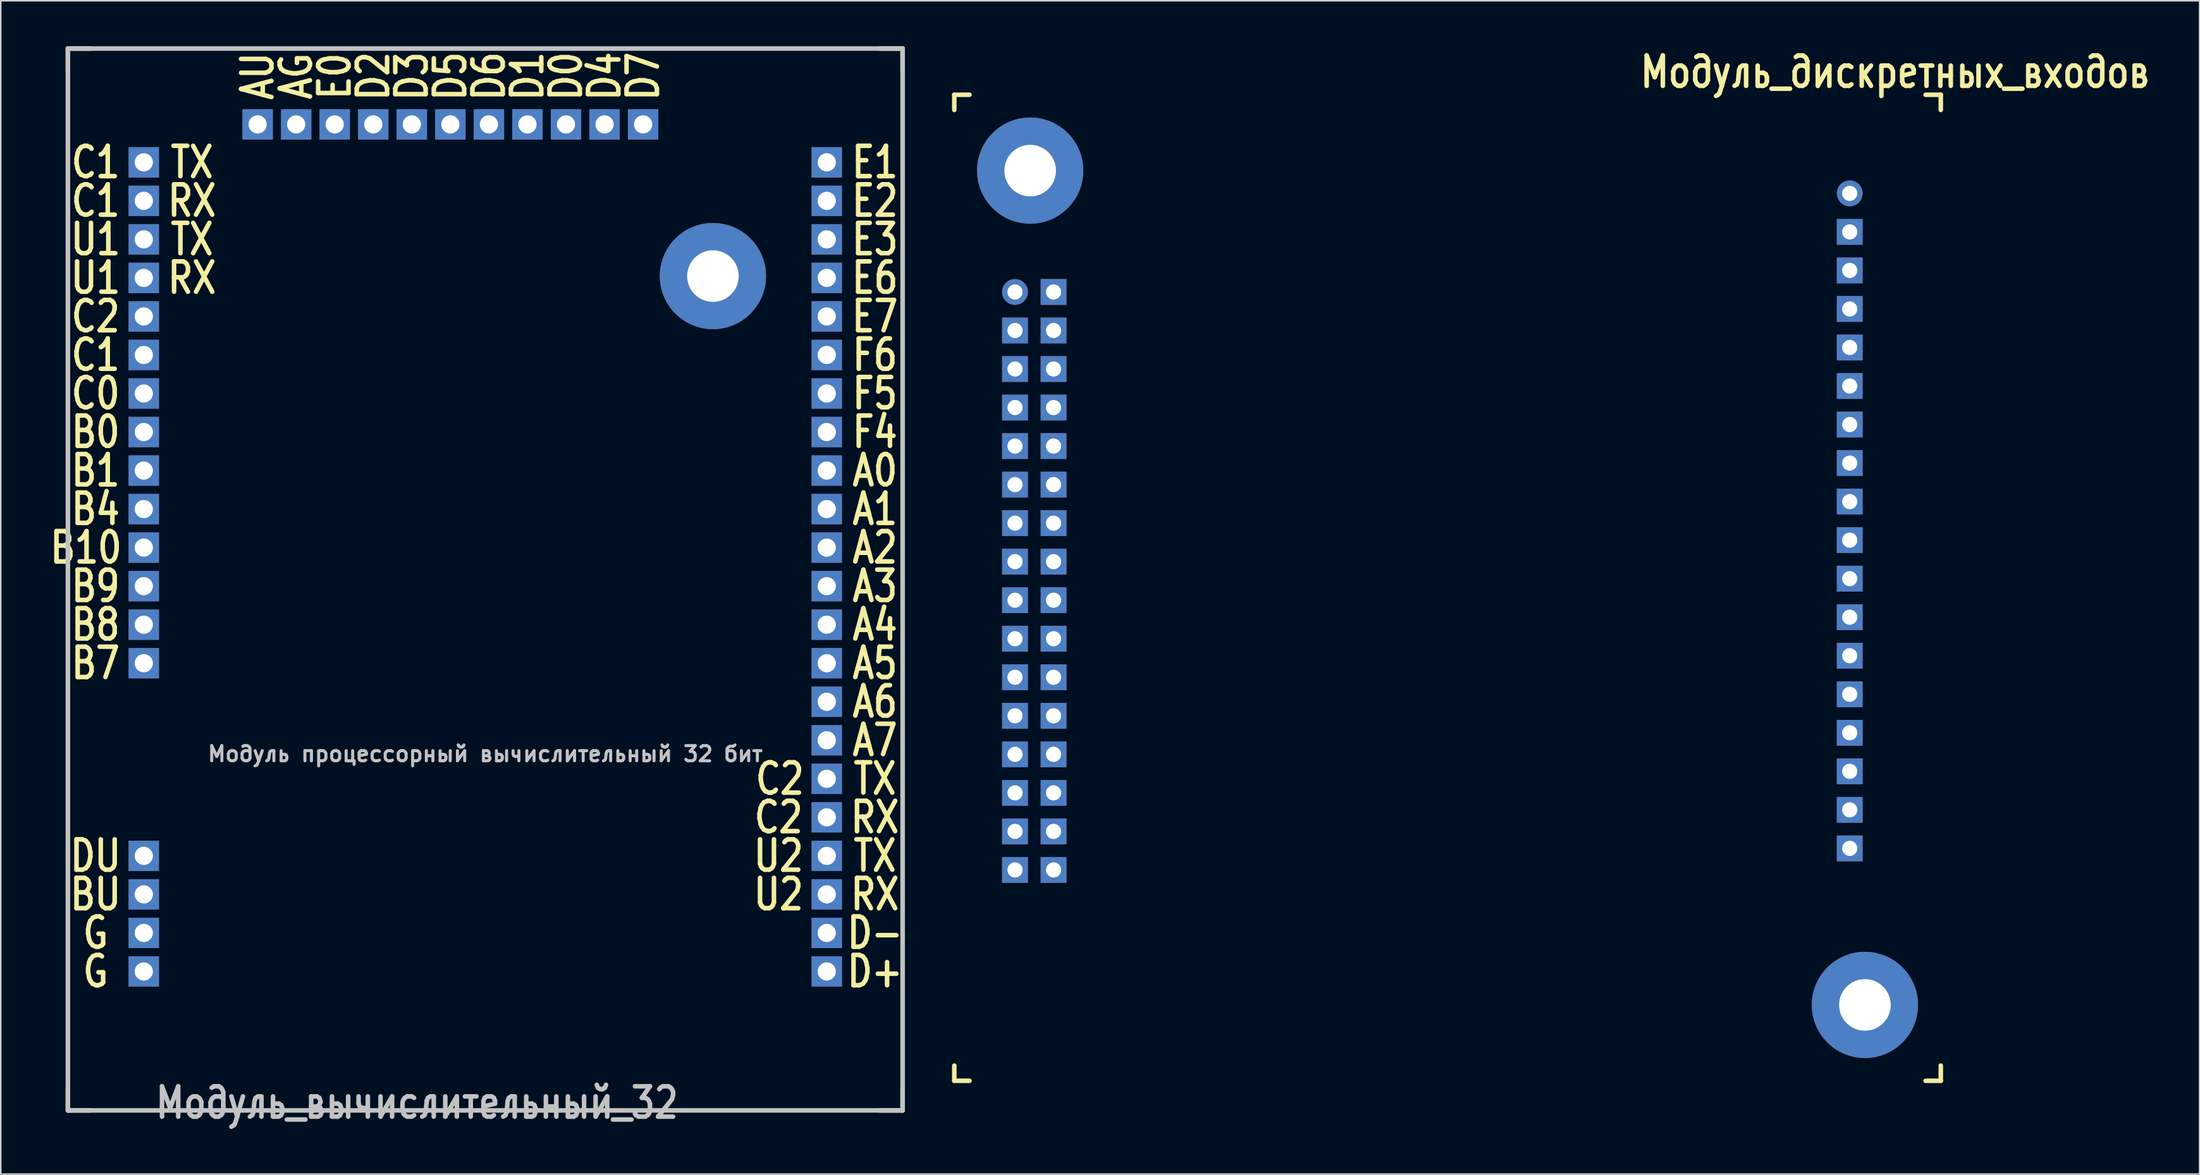
<source format=kicad_pcb>
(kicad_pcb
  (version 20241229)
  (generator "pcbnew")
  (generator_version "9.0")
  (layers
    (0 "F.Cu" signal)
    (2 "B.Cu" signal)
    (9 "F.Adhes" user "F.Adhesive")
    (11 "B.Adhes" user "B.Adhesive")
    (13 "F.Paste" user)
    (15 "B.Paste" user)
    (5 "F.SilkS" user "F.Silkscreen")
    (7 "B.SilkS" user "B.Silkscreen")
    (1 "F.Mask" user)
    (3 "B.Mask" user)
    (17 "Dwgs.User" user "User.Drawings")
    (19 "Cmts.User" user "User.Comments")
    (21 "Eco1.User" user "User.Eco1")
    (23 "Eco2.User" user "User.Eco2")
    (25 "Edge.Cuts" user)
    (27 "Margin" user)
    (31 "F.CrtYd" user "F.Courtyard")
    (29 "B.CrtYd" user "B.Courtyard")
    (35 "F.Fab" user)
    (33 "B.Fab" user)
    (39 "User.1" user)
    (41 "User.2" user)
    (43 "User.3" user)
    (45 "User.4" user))
  (footprint "Модуль_дискретных_входов"
    (layer "F.Cu")
    (at 63.829 16.197)
    (property "Reference" "Модуль_дискретных_входов" (at 58 -14.5 0) (layer "F.SilkS") (effects (font (size 2 1.6) (thickness 0.3))))
    (attr through_hole)
    (fp_line (start -4 -13) (end -4 -12) (stroke (width 0.3) (type solid)) (layer "F.SilkS"))
    (fp_line (start -4 -13) (end -3 -13) (stroke (width 0.3) (type solid)) (layer "F.SilkS"))
    (fp_line (start -4 52) (end -4 51) (stroke (width 0.3) (type solid)) (layer "F.SilkS"))
    (fp_line (start -4 52) (end -3 52) (stroke (width 0.3) (type solid)) (layer "F.SilkS"))
    (fp_line (start 61 -13) (end 60 -13) (stroke (width 0.3) (type solid)) (layer "F.SilkS"))
    (fp_line (start 61 -13) (end 61 -12) (stroke (width 0.3) (type solid)) (layer "F.SilkS"))
    (fp_line (start 61 52) (end 60 52) (stroke (width 0.3) (type solid)) (layer "F.SilkS"))
    (fp_line (start 61 52) (end 61 51) (stroke (width 0.3) (type solid)) (layer "F.SilkS"))
    (pad "" thru_hole circle (at 1 -8) (size 7 7) (drill 3.4) (layers "*.Cu" "*.Mask"))
    (pad "" thru_hole circle (at 56 47) (size 7 7) (drill 3.4) (layers "*.Cu" "*.Mask"))
    (pad "1" thru_hole circle (at 0 0) (size 1.7 1.7) (drill 1) (layers "*.Cu" "*.Mask"))
    (pad "2" thru_hole rect (at 2.54 0) (size 1.7 1.7) (drill 1) (layers "*.Cu" "*.Mask"))
    (pad "3" thru_hole rect (at 0 2.54) (size 1.7 1.7) (drill 1) (layers "*.Cu" "*.Mask"))
    (pad "4" thru_hole rect (at 2.54 2.54) (size 1.7 1.7) (drill 1) (layers "*.Cu" "*.Mask"))
    (pad "5" thru_hole rect (at 0 5.08) (size 1.7 1.7) (drill 1) (layers "*.Cu" "*.Mask"))
    (pad "6" thru_hole rect (at 2.54 5.08) (size 1.7 1.7) (drill 1) (layers "*.Cu" "*.Mask"))
    (pad "7" thru_hole rect (at 0 7.62) (size 1.7 1.7) (drill 1) (layers "*.Cu" "*.Mask"))
    (pad "8" thru_hole rect (at 2.54 7.62) (size 1.7 1.7) (drill 1) (layers "*.Cu" "*.Mask"))
    (pad "9" thru_hole rect (at 0 10.16) (size 1.7 1.7) (drill 1) (layers "*.Cu" "*.Mask"))
    (pad "10" thru_hole rect (at 2.54 10.16) (size 1.7 1.7) (drill 1) (layers "*.Cu" "*.Mask"))
    (pad "11" thru_hole rect (at 0 12.7) (size 1.7 1.7) (drill 1) (layers "*.Cu" "*.Mask"))
    (pad "12" thru_hole rect (at 2.54 12.7) (size 1.7 1.7) (drill 1) (layers "*.Cu" "*.Mask"))
    (pad "13" thru_hole rect (at 0 15.24) (size 1.7 1.7) (drill 1) (layers "*.Cu" "*.Mask"))
    (pad "14" thru_hole rect (at 2.54 15.24) (size 1.7 1.7) (drill 1) (layers "*.Cu" "*.Mask"))
    (pad "15" thru_hole rect (at 0 17.78) (size 1.7 1.7) (drill 1) (layers "*.Cu" "*.Mask"))
    (pad "16" thru_hole rect (at 2.54 17.78) (size 1.7 1.7) (drill 1) (layers "*.Cu" "*.Mask"))
    (pad "17" thru_hole rect (at 0 20.32) (size 1.7 1.7) (drill 1) (layers "*.Cu" "*.Mask"))
    (pad "18" thru_hole rect (at 2.54 20.32) (size 1.7 1.7) (drill 1) (layers "*.Cu" "*.Mask"))
    (pad "19" thru_hole rect (at 0 22.86) (size 1.7 1.7) (drill 1) (layers "*.Cu" "*.Mask"))
    (pad "20" thru_hole rect (at 2.54 22.86) (size 1.7 1.7) (drill 1) (layers "*.Cu" "*.Mask"))
    (pad "21" thru_hole rect (at 0 25.4) (size 1.7 1.7) (drill 1) (layers "*.Cu" "*.Mask"))
    (pad "22" thru_hole rect (at 2.54 25.4) (size 1.7 1.7) (drill 1) (layers "*.Cu" "*.Mask"))
    (pad "23" thru_hole rect (at 0 27.94) (size 1.7 1.7) (drill 1) (layers "*.Cu" "*.Mask"))
    (pad "24" thru_hole rect (at 2.54 27.94) (size 1.7 1.7) (drill 1) (layers "*.Cu" "*.Mask"))
    (pad "25" thru_hole rect (at 0 30.48) (size 1.7 1.7) (drill 1) (layers "*.Cu" "*.Mask"))
    (pad "26" thru_hole rect (at 2.54 30.48) (size 1.7 1.7) (drill 1) (layers "*.Cu" "*.Mask"))
    (pad "27" thru_hole rect (at 0 33.02) (size 1.7 1.7) (drill 1) (layers "*.Cu" "*.Mask"))
    (pad "28" thru_hole rect (at 2.54 33.02) (size 1.7 1.7) (drill 1) (layers "*.Cu" "*.Mask"))
    (pad "29" thru_hole rect (at 0 35.56) (size 1.7 1.7) (drill 1) (layers "*.Cu" "*.Mask"))
    (pad "30" thru_hole rect (at 2.54 35.56) (size 1.7 1.7) (drill 1) (layers "*.Cu" "*.Mask"))
    (pad "31" thru_hole rect (at 0 38.1) (size 1.7 1.7) (drill 1) (layers "*.Cu" "*.Mask"))
    (pad "32" thru_hole rect (at 2.54 38.1) (size 1.7 1.7) (drill 1) (layers "*.Cu" "*.Mask"))
    (pad "33" thru_hole circle (at 55 -6.5) (size 1.7 1.7) (drill 1) (layers "*.Cu" "*.Mask"))
    (pad "34" thru_hole rect (at 55 -3.96) (size 1.7 1.7) (drill 1) (layers "*.Cu" "*.Mask"))
    (pad "35" thru_hole rect (at 55 -1.42) (size 1.7 1.7) (drill 1) (layers "*.Cu" "*.Mask"))
    (pad "36" thru_hole rect (at 55 1.12) (size 1.7 1.7) (drill 1) (layers "*.Cu" "*.Mask"))
    (pad "37" thru_hole rect (at 55 3.66) (size 1.7 1.7) (drill 1) (layers "*.Cu" "*.Mask"))
    (pad "38" thru_hole rect (at 55 6.2) (size 1.7 1.7) (drill 1) (layers "*.Cu" "*.Mask"))
    (pad "39" thru_hole rect (at 55 8.74) (size 1.7 1.7) (drill 1) (layers "*.Cu" "*.Mask"))
    (pad "40" thru_hole rect (at 55 11.28) (size 1.7 1.7) (drill 1) (layers "*.Cu" "*.Mask"))
    (pad "41" thru_hole rect (at 55 13.82) (size 1.7 1.7) (drill 1) (layers "*.Cu" "*.Mask"))
    (pad "42" thru_hole rect (at 55 16.36) (size 1.7 1.7) (drill 1) (layers "*.Cu" "*.Mask"))
    (pad "43" thru_hole rect (at 55 18.9) (size 1.7 1.7) (drill 1) (layers "*.Cu" "*.Mask"))
    (pad "44" thru_hole rect (at 55 21.44) (size 1.7 1.7) (drill 1) (layers "*.Cu" "*.Mask"))
    (pad "45" thru_hole rect (at 55 23.98) (size 1.7 1.7) (drill 1) (layers "*.Cu" "*.Mask"))
    (pad "46" thru_hole rect (at 55 26.52) (size 1.7 1.7) (drill 1) (layers "*.Cu" "*.Mask"))
    (pad "47" thru_hole rect (at 55 29.06) (size 1.7 1.7) (drill 1) (layers "*.Cu" "*.Mask"))
    (pad "48" thru_hole rect (at 55 31.6) (size 1.7 1.7) (drill 1) (layers "*.Cu" "*.Mask"))
    (pad "49" thru_hole rect (at 55 34.14) (size 1.7 1.7) (drill 1) (layers "*.Cu" "*.Mask"))
    (pad "50" thru_hole rect (at 55 36.68) (size 1.7 1.7) (drill 1) (layers "*.Cu" "*.Mask")))
  (footprint "Модуль_вычислительный_32"
    (layer "F.Cu")
    (at 43.924 15.15)
    (property "Reference" "Модуль_вычислительный_32" (at -19.5 54.5 0) (layer "Dwgs.User") (effects (font (size 2 1.6) (thickness 0.3))))
    (attr through_hole)
    (fp_line (start -42.5 -15) (end -42.5 -13.5) (stroke (width 0.3) (type solid)) (layer "F.SilkS"))
    (fp_line (start -42.5 55) (end -42.5 53.5) (stroke (width 0.3) (type solid)) (layer "F.SilkS"))
    (fp_line (start -41 -15) (end -42.5 -15) (stroke (width 0.3) (type solid)) (layer "F.SilkS"))
    (fp_line (start -41 55) (end -42.5 55) (stroke (width 0.3) (type solid)) (layer "F.SilkS"))
    (fp_line (start 11 55) (end 12.5 55) (stroke (width 0.3) (type solid)) (layer "F.SilkS"))
    (fp_line (start 12.5 -15) (end 11 -15) (stroke (width 0.3) (type solid)) (layer "F.SilkS"))
    (fp_line (start 12.5 -13.5) (end 12.5 -15) (stroke (width 0.3) (type solid)) (layer "F.SilkS"))
    (fp_line (start 12.5 55) (end 12.5 53.5) (stroke (width 0.3) (type solid)) (layer "F.SilkS"))
    (fp_line (start -42.5 -15) (end -42.5 55) (stroke (width 0.3) (type solid)) (layer "Dwgs.User"))
    (fp_line (start -42.5 55) (end 12.5 55) (stroke (width 0.3) (type solid)) (layer "Dwgs.User"))
    (fp_line (start 12.5 -15) (end -42.5 -15) (stroke (width 0.2) (type solid)) (layer "Dwgs.User"))
    (fp_line (start 12.5 -15) (end -42.5 -15) (stroke (width 0.3) (type solid)) (layer "Dwgs.User"))
    (fp_line (start 12.5 55) (end 12.5 -15) (stroke (width 0.3) (type solid)) (layer "Dwgs.User"))
    (fp_text user "C0" (at -40.675 7.74 0) (layer "F.SilkS") (effects (font (size 2 1.6) (thickness 0.3))))
    (fp_text user "D2" (at -22.38 -13.175 90) (layer "F.SilkS") (effects (font (size 2 1.6) (thickness 0.3))))
    (fp_text user "B7" (at -40.675 25.52 0) (layer "F.SilkS") (effects (font (size 2 1.6) (thickness 0.3))))
    (fp_text user "B1" (at -40.675 12.82 0) (layer "F.SilkS") (effects (font (size 2 1.6) (thickness 0.3))))
    (fp_text user "D-" (at 10.675 43.3 0) (layer "F.SilkS") (effects (font (size 2 1.6) (thickness 0.3))))
    (fp_text user "RX" (at 10.675 35.68 0) (layer "F.SilkS") (effects (font (size 2 1.6) (thickness 0.3))))
    (fp_text user "E7" (at 10.675 2.66 0) (layer "F.SilkS") (effects (font (size 2 1.6) (thickness 0.3))))
    (fp_text user "A2" (at 10.675 17.9 0) (layer "F.SilkS") (effects (font (size 2 1.6) (thickness 0.3))))
    (fp_text user "C1" (at -40.675 -7.5 0) (layer "F.SilkS") (effects (font (size 2 1.6) (thickness 0.3))))
    (fp_text user "E2" (at 10.675 -4.96 0) (layer "F.SilkS") (effects (font (size 2 1.6) (thickness 0.3))))
    (fp_text user "AG" (at -27.46 -13.175 90) (layer "F.SilkS") (effects (font (size 2 1.6) (thickness 0.3))))
    (fp_text user "TX" (at 10.675 33.14 0) (layer "F.SilkS") (effects (font (size 2 1.6) (thickness 0.3))))
    (fp_text user "BU" (at -40.675 40.76 0) (layer "F.SilkS") (effects (font (size 2 1.6) (thickness 0.3))))
    (fp_text user "A0" (at 10.675 12.82 0) (layer "F.SilkS") (effects (font (size 2 1.6) (thickness 0.3))))
    (fp_text user "A6" (at 10.675 28.06 0) (layer "F.SilkS") (effects (font (size 2 1.6) (thickness 0.3))))
    (fp_text user "A4" (at 10.675 22.98 0) (layer "F.SilkS") (effects (font (size 2 1.6) (thickness 0.3))))
    (fp_text user "TX" (at -34.325 -2.42 0) (layer "F.SilkS") (effects (font (size 2 1.6) (thickness 0.3))))
    (fp_text user "D5" (at -17.3 -13.175 90) (layer "F.SilkS") (effects (font (size 2 1.6) (thickness 0.3))))
    (fp_text user "D0" (at -9.68 -13.175 90) (layer "F.SilkS") (effects (font (size 2 1.6) (thickness 0.3))))
    (fp_text user "D4" (at -7.14 -13.175 90) (layer "F.SilkS") (effects (font (size 2 1.6) (thickness 0.3))))
    (fp_text user "D3" (at -19.84 -13.175 90) (layer "F.SilkS") (effects (font (size 2 1.6) (thickness 0.3))))
    (fp_text user "D6" (at -14.76 -13.175 90) (layer "F.SilkS") (effects (font (size 2 1.6) (thickness 0.3))))
    (fp_text user "B9" (at -40.675 20.44 0) (layer "F.SilkS") (effects (font (size 2 1.6) (thickness 0.3))))
    (fp_text user "TX" (at 10.675 38.22 0) (layer "F.SilkS") (effects (font (size 2 1.6) (thickness 0.3))))
    (fp_text user "B0" (at -40.675 10.28 0) (layer "F.SilkS") (effects (font (size 2 1.6) (thickness 0.3))))
    (fp_text user "U2" (at 4.325 40.76 0) (layer "F.SilkS") (effects (font (size 2 1.6) (thickness 0.3))))
    (fp_text user "DU" (at -40.675 38.22 0) (layer "F.SilkS") (effects (font (size 2 1.6) (thickness 0.3))))
    (fp_text user "C1" (at -40.675 -4.96 0) (layer "F.SilkS") (effects (font (size 2 1.6) (thickness 0.3))))
    (fp_text user "AU" (at -30 -13.175 90) (layer "F.SilkS") (effects (font (size 2 1.6) (thickness 0.3))))
    (fp_text user "E3" (at 10.675 -2.42 0) (layer "F.SilkS") (effects (font (size 2 1.6) (thickness 0.3))))
    (fp_text user "B10" (at -41.31 17.9 0) (layer "F.SilkS") (effects (font (size 2 1.6) (thickness 0.3))))
    (fp_text user "RX" (at -34.325 0.12 0) (layer "F.SilkS") (effects (font (size 2 1.6) (thickness 0.3))))
    (fp_text user "RX" (at 10.675 40.76 0) (layer "F.SilkS") (effects (font (size 2 1.6) (thickness 0.3))))
    (fp_text user "U2" (at 4.325 38.22 0) (layer "F.SilkS") (effects (font (size 2 1.6) (thickness 0.3))))
    (fp_text user "D+" (at 10.675 45.84 0) (layer "F.SilkS") (effects (font (size 2 1.6) (thickness 0.3))))
    (fp_text user "D1" (at -12.22 -13.175 90) (layer "F.SilkS") (effects (font (size 2 1.6) (thickness 0.3))))
    (fp_text user "A1" (at 10.675 15.36 0) (layer "F.SilkS") (effects (font (size 2 1.6) (thickness 0.3))))
    (fp_text user "A7" (at 10.675 30.6 0) (layer "F.SilkS") (effects (font (size 2 1.6) (thickness 0.3))))
    (fp_text user "C1" (at -40.675 5.2 0) (layer "F.SilkS") (effects (font (size 2 1.6) (thickness 0.3))))
    (fp_text user "C2" (at -40.675 2.66 0) (layer "F.SilkS") (effects (font (size 2 1.6) (thickness 0.3))))
    (fp_text user "RX" (at -34.325 -4.96 0) (layer "F.SilkS") (effects (font (size 2 1.6) (thickness 0.3))))
    (fp_text user "A5" (at 10.675 25.52 0) (layer "F.SilkS") (effects (font (size 2 1.6) (thickness 0.3))))
    (fp_text user "TX" (at -34.325 -7.5 0) (layer "F.SilkS") (effects (font (size 2 1.6) (thickness 0.3))))
    (fp_text user "E0" (at -24.92 -13.175 90) (layer "F.SilkS") (effects (font (size 2 1.6) (thickness 0.3))))
    (fp_text user "U1" (at -40.675 0.12 0) (layer "F.SilkS") (effects (font (size 2 1.6) (thickness 0.3))))
    (fp_text user "E1" (at 10.675 -7.5 0) (layer "F.SilkS") (effects (font (size 2 1.6) (thickness 0.3))))
    (fp_text user "A3" (at 10.675 20.44 0) (layer "F.SilkS") (effects (font (size 2 1.6) (thickness 0.3))))
    (fp_text user "U1" (at -40.675 -2.42 0) (layer "F.SilkS") (effects (font (size 2 1.6) (thickness 0.3))))
    (fp_text user "F5" (at 10.675 7.74 0) (layer "F.SilkS") (effects (font (size 2 1.6) (thickness 0.3))))
    (fp_text user "C2" (at 4.325 35.68 0) (layer "F.SilkS") (effects (font (size 2 1.6) (thickness 0.3))))
    (fp_text user "G" (at -40.675 43.3 0) (layer "F.SilkS") (effects (font (size 2 1.6) (thickness 0.3))))
    (fp_text user "B8" (at -40.675 22.98 0) (layer "F.SilkS") (effects (font (size 2 1.6) (thickness 0.3))))
    (fp_text user "F4" (at 10.675 10.28 0) (layer "F.SilkS") (effects (font (size 2 1.6) (thickness 0.3))))
    (fp_text user "D7" (at -4.6 -13.175 90) (layer "F.SilkS") (effects (font (size 2 1.6) (thickness 0.3))))
    (fp_text user "G" (at -40.675 45.84 0) (layer "F.SilkS") (effects (font (size 2 1.6) (thickness 0.3))))
    (fp_text user "E6" (at 10.675 0.12 0) (layer "F.SilkS") (effects (font (size 2 1.6) (thickness 0.3))))
    (fp_text user "F6" (at 10.675 5.2 0) (layer "F.SilkS") (effects (font (size 2 1.6) (thickness 0.3))))
    (fp_text user "B4" (at -40.675 15.36 0) (layer "F.SilkS") (effects (font (size 2 1.6) (thickness 0.3))))
    (fp_text user "C2" (at 4.41 33.14 0) (layer "F.SilkS") (effects (font (size 2 1.6) (thickness 0.3))))
    (fp_text user "Модуль процессорный вычислительный 32 бит" (at -15 31.5 0) (layer "Dwgs.User") (effects (font (size 1 1) (thickness 0.2))))
    (pad "" thru_hole circle (at 0 0) (size 7 7) (drill 3.4) (layers "*.Cu" "*.Mask"))
    (pad "1" thru_hole rect (at -37.5 -7.5) (size 2 2) (drill 1.2) (layers "*.Cu" "*.Mask"))
    (pad "2" thru_hole rect (at -37.5 -4.96) (size 2 2) (drill 1.2) (layers "*.Cu" "*.Mask"))
    (pad "3" thru_hole rect (at -37.5 -2.42) (size 2 2) (drill 1.2) (layers "*.Cu" "*.Mask"))
    (pad "4" thru_hole rect (at -37.5 0.12) (size 2 2) (drill 1.2) (layers "*.Cu" "*.Mask"))
    (pad "5" thru_hole rect (at -37.5 2.66) (size 2 2) (drill 1.2) (layers "*.Cu" "*.Mask"))
    (pad "6" thru_hole rect (at -37.5 5.2) (size 2 2) (drill 1.2) (layers "*.Cu" "*.Mask"))
    (pad "7" thru_hole rect (at -37.5 7.74) (size 2 2) (drill 1.2) (layers "*.Cu" "*.Mask"))
    (pad "8" thru_hole rect (at -37.5 10.28) (size 2 2) (drill 1.2) (layers "*.Cu" "*.Mask"))
    (pad "9" thru_hole rect (at -37.5 12.82) (size 2 2) (drill 1.2) (layers "*.Cu" "*.Mask"))
    (pad "10" thru_hole rect (at -37.5 15.36) (size 2 2) (drill 1.2) (layers "*.Cu" "*.Mask"))
    (pad "11" thru_hole rect (at -37.5 17.9) (size 2 2) (drill 1.2) (layers "*.Cu" "*.Mask"))
    (pad "12" thru_hole rect (at -37.5 20.44) (size 2 2) (drill 1.2) (layers "*.Cu" "*.Mask"))
    (pad "13" thru_hole rect (at -37.5 22.98) (size 2 2) (drill 1.2) (layers "*.Cu" "*.Mask"))
    (pad "14" thru_hole rect (at -37.5 25.52) (size 2 2) (drill 1.2) (layers "*.Cu" "*.Mask"))
    (pad "15" thru_hole rect (at -37.5 38.22) (size 2 2) (drill 1.2) (layers "*.Cu" "*.Mask"))
    (pad "16" thru_hole rect (at -37.5 40.76) (size 2 2) (drill 1.2) (layers "*.Cu" "*.Mask"))
    (pad "17" thru_hole rect (at -37.5 43.3) (size 2 2) (drill 1.2) (layers "*.Cu" "*.Mask"))
    (pad "18" thru_hole rect (at -37.5 45.84) (size 2 2) (drill 1.2) (layers "*.Cu" "*.Mask"))
    (pad "19" thru_hole rect (at 7.5 45.84) (size 2 2) (drill 1.2) (layers "*.Cu" "*.Mask"))
    (pad "20" thru_hole rect (at 7.5 43.3) (size 2 2) (drill 1.2) (layers "*.Cu" "*.Mask"))
    (pad "21" thru_hole rect (at 7.5 40.76) (size 2 2) (drill 1.2) (layers "*.Cu" "*.Mask"))
    (pad "22" thru_hole rect (at 7.5 38.22) (size 2 2) (drill 1.2) (layers "*.Cu" "*.Mask"))
    (pad "23" thru_hole rect (at 7.5 35.68) (size 2 2) (drill 1.2) (layers "*.Cu" "*.Mask"))
    (pad "24" thru_hole rect (at 7.5 33.14) (size 2 2) (drill 1.2) (layers "*.Cu" "*.Mask"))
    (pad "25" thru_hole rect (at 7.5 30.6) (size 2 2) (drill 1.2) (layers "*.Cu" "*.Mask"))
    (pad "26" thru_hole rect (at 7.5 28.06) (size 2 2) (drill 1.2) (layers "*.Cu" "*.Mask"))
    (pad "27" thru_hole rect (at 7.5 25.52) (size 2 2) (drill 1.2) (layers "*.Cu" "*.Mask"))
    (pad "28" thru_hole rect (at 7.5 22.98) (size 2 2) (drill 1.2) (layers "*.Cu" "*.Mask"))
    (pad "29" thru_hole rect (at 7.5 20.44) (size 2 2) (drill 1.2) (layers "*.Cu" "*.Mask"))
    (pad "30" thru_hole rect (at 7.5 17.9) (size 2 2) (drill 1.2) (layers "*.Cu" "*.Mask"))
    (pad "31" thru_hole rect (at 7.5 15.36) (size 2 2) (drill 1.2) (layers "*.Cu" "*.Mask"))
    (pad "32" thru_hole rect (at 7.5 12.82) (size 2 2) (drill 1.2) (layers "*.Cu" "*.Mask"))
    (pad "33" thru_hole rect (at 7.5 10.28) (size 2 2) (drill 1.2) (layers "*.Cu" "*.Mask"))
    (pad "34" thru_hole rect (at 7.5 7.74) (size 2 2) (drill 1.2) (layers "*.Cu" "*.Mask"))
    (pad "35" thru_hole rect (at 7.5 5.2) (size 2 2) (drill 1.2) (layers "*.Cu" "*.Mask"))
    (pad "36" thru_hole rect (at 7.5 2.66) (size 2 2) (drill 1.2) (layers "*.Cu" "*.Mask"))
    (pad "37" thru_hole rect (at 7.5 0.12) (size 2 2) (drill 1.2) (layers "*.Cu" "*.Mask"))
    (pad "38" thru_hole rect (at 7.5 -2.42) (size 2 2) (drill 1.2) (layers "*.Cu" "*.Mask"))
    (pad "39" thru_hole rect (at 7.5 -4.96) (size 2 2) (drill 1.2) (layers "*.Cu" "*.Mask"))
    (pad "40" thru_hole rect (at 7.5 -7.5) (size 2 2) (drill 1.2) (layers "*.Cu" "*.Mask"))
    (pad "41" thru_hole rect (at -4.6 -10) (size 2 2) (drill 1.2) (layers "*.Cu" "*.Mask"))
    (pad "42" thru_hole rect (at -7.14 -10) (size 2 2) (drill 1.2) (layers "*.Cu" "*.Mask"))
    (pad "43" thru_hole rect (at -9.68 -10) (size 2 2) (drill 1.2) (layers "*.Cu" "*.Mask"))
    (pad "44" thru_hole rect (at -12.22 -10) (size 2 2) (drill 1.2) (layers "*.Cu" "*.Mask"))
    (pad "45" thru_hole rect (at -14.76 -10) (size 2 2) (drill 1.2) (layers "*.Cu" "*.Mask"))
    (pad "46" thru_hole rect (at -17.3 -10) (size 2 2) (drill 1.2) (layers "*.Cu" "*.Mask"))
    (pad "47" thru_hole rect (at -19.84 -10) (size 2 2) (drill 1.2) (layers "*.Cu" "*.Mask"))
    (pad "48" thru_hole rect (at -22.38 -10) (size 2 2) (drill 1.2) (layers "*.Cu" "*.Mask"))
    (pad "49" thru_hole rect (at -24.92 -10) (size 2 2) (drill 1.2) (layers "*.Cu" "*.Mask"))
    (pad "50" thru_hole rect (at -27.46 -10) (size 2 2) (drill 1.2) (layers "*.Cu" "*.Mask"))
    (pad "51" thru_hole rect (at -30 -10) (size 2 2) (drill 1.2) (layers "*.Cu" "*.Mask")))
  (gr_rect
    (start -3 -3)
    (end 141.881 74.347)
    (stroke (width 0.1) (type default))
    (fill no)
    (layer "Edge.Cuts")))
</source>
